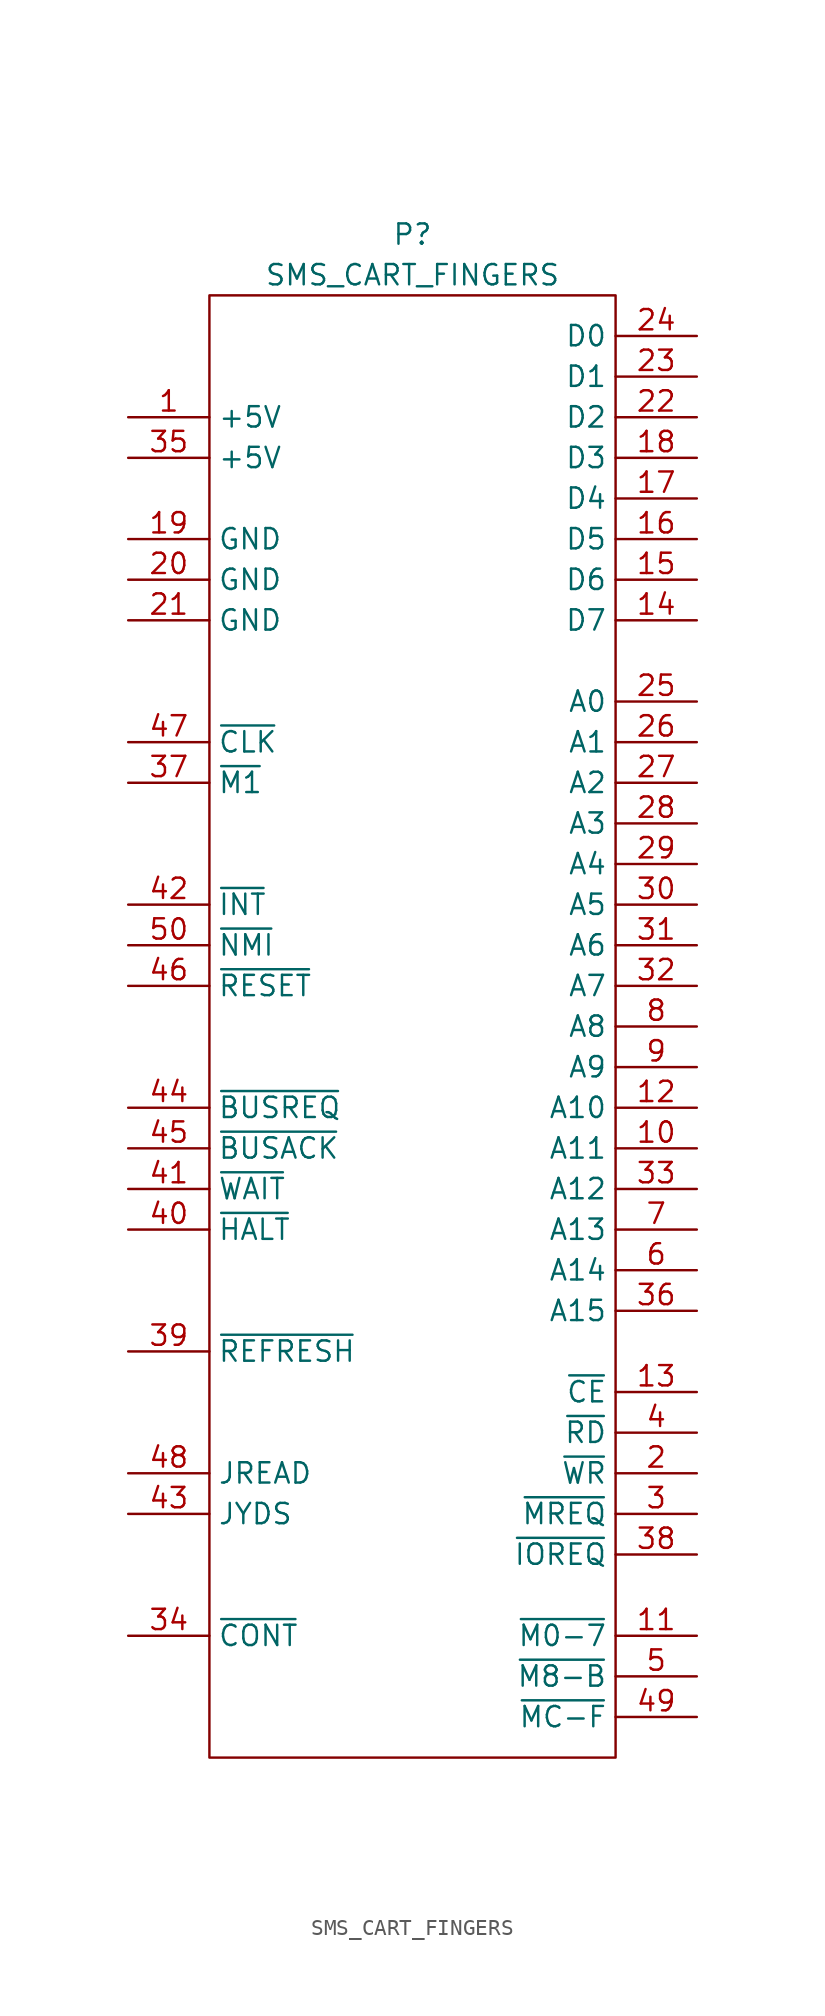
<source format=kicad_sym>
(kicad_symbol_lib
  (version 20241209)
  (generator "kicad_symbol_editor")
  (generator_version "9.0")
  (symbol "SMS_CART_FINGERS"
    (property "Reference" "P"
      (at 0 49.53 0)
      (effects (font (size 1.27 1.27))))
    (property "Value" "SMS_CART_FINGERS"
      (at 0 46.99 0)
      (effects (font (size 1.27 1.27))))
    (symbol "SMS_CART_FINGERS_0_1"
      (rectangle (start -12.7 45.72) (end 12.7 -45.72) (stroke (width 0.152) (type default)) (fill (type none))))
    (symbol "SMS_CART_FINGERS_1_1"
      (pin power_out line (at -17.78 38.1 0) (length 5.08) (name "+5V" (effects (font (size 1.27 1.27)))) (number "1" (effects (font (size 1.27 1.27)))))
      (pin power_out line (at -17.78 35.56 0) (length 5.08) (name "+5V" (effects (font (size 1.27 1.27)))) (number "35" (effects (font (size 1.27 1.27)))))
      (pin power_out line (at -17.78 30.48 0) (length 5.08) (name "GND" (effects (font (size 1.27 1.27)))) (number "19" (effects (font (size 1.27 1.27)))))
      (pin power_out line (at -17.78 27.94 0) (length 5.08) (name "GND" (effects (font (size 1.27 1.27)))) (number "20" (effects (font (size 1.27 1.27)))))
      (pin power_out line (at -17.78 25.4 0) (length 5.08) (name "GND" (effects (font (size 1.27 1.27)))) (number "21" (effects (font (size 1.27 1.27)))))
      (pin output line (at -17.78 17.78 0) (length 5.08) (name "~{CLK}" (effects (font (size 1.27 1.27)))) (number "47" (effects (font (size 1.27 1.27)))))
      (pin output line (at -17.78 15.24 0) (length 5.08) (name "~{M1}" (effects (font (size 1.27 1.27)))) (number "37" (effects (font (size 1.27 1.27)))))
      (pin input line (at -17.78 7.62 0) (length 5.08) (name "~{INT}" (effects (font (size 1.27 1.27)))) (number "42" (effects (font (size 1.27 1.27)))))
      (pin input line (at -17.78 5.08 0) (length 5.08) (name "~{NMI}" (effects (font (size 1.27 1.27)))) (number "50" (effects (font (size 1.27 1.27)))))
      (pin input line (at -17.78 2.54 0) (length 5.08) (name "~{RESET}" (effects (font (size 1.27 1.27)))) (number "46" (effects (font (size 1.27 1.27)))))
      (pin input line (at -17.78 -5.08 0) (length 5.08) (name "~{BUSREQ}" (effects (font (size 1.27 1.27)))) (number "44" (effects (font (size 1.27 1.27)))))
      (pin output line (at -17.78 -7.62 0) (length 5.08) (name "~{BUSACK}" (effects (font (size 1.27 1.27)))) (number "45" (effects (font (size 1.27 1.27)))))
      (pin input line (at -17.78 -10.16 0) (length 5.08) (name "~{WAIT}" (effects (font (size 1.27 1.27)))) (number "41" (effects (font (size 1.27 1.27)))))
      (pin output line (at -17.78 -12.7 0) (length 5.08) (name "~{HALT}" (effects (font (size 1.27 1.27)))) (number "40" (effects (font (size 1.27 1.27)))))
      (pin output line (at -17.78 -20.32 0) (length 5.08) (name "~{REFRESH}" (effects (font (size 1.27 1.27)))) (number "39" (effects (font (size 1.27 1.27)))))
      (pin output line (at -17.78 -27.94 0) (length 5.08) (name "JREAD" (effects (font (size 1.27 1.27)))) (number "48" (effects (font (size 1.27 1.27)))))
      (pin input line (at -17.78 -30.48 0) (length 5.08) (name "JYDS" (effects (font (size 1.27 1.27)))) (number "43" (effects (font (size 1.27 1.27)))))
      (pin input line (at -17.78 -38.1 0) (length 5.08) (name "~{CONT}" (effects (font (size 1.27 1.27)))) (number "34" (effects (font (size 1.27 1.27)))))
      (pin tri_state line (at 17.78 43.18 180) (length 5.08) (name "D0" (effects (font (size 1.27 1.27)))) (number "24" (effects (font (size 1.27 1.27)))))
      (pin tri_state line (at 17.78 40.64 180) (length 5.08) (name "D1" (effects (font (size 1.27 1.27)))) (number "23" (effects (font (size 1.27 1.27)))))
      (pin tri_state line (at 17.78 38.1 180) (length 5.08) (name "D2" (effects (font (size 1.27 1.27)))) (number "22" (effects (font (size 1.27 1.27)))))
      (pin tri_state line (at 17.78 35.56 180) (length 5.08) (name "D3" (effects (font (size 1.27 1.27)))) (number "18" (effects (font (size 1.27 1.27)))))
      (pin tri_state line (at 17.78 33.02 180) (length 5.08) (name "D4" (effects (font (size 1.27 1.27)))) (number "17" (effects (font (size 1.27 1.27)))))
      (pin tri_state line (at 17.78 30.48 180) (length 5.08) (name "D5" (effects (font (size 1.27 1.27)))) (number "16" (effects (font (size 1.27 1.27)))))
      (pin tri_state line (at 17.78 27.94 180) (length 5.08) (name "D6" (effects (font (size 1.27 1.27)))) (number "15" (effects (font (size 1.27 1.27)))))
      (pin tri_state line (at 17.78 25.4 180) (length 5.08) (name "D7" (effects (font (size 1.27 1.27)))) (number "14" (effects (font (size 1.27 1.27)))))
      (pin output line (at 17.78 20.32 180) (length 5.08) (name "A0" (effects (font (size 1.27 1.27)))) (number "25" (effects (font (size 1.27 1.27)))))
      (pin output line (at 17.78 17.78 180) (length 5.08) (name "A1" (effects (font (size 1.27 1.27)))) (number "26" (effects (font (size 1.27 1.27)))))
      (pin output line (at 17.78 15.24 180) (length 5.08) (name "A2" (effects (font (size 1.27 1.27)))) (number "27" (effects (font (size 1.27 1.27)))))
      (pin output line (at 17.78 12.7 180) (length 5.08) (name "A3" (effects (font (size 1.27 1.27)))) (number "28" (effects (font (size 1.27 1.27)))))
      (pin output line (at 17.78 10.16 180) (length 5.08) (name "A4" (effects (font (size 1.27 1.27)))) (number "29" (effects (font (size 1.27 1.27)))))
      (pin output line (at 17.78 7.62 180) (length 5.08) (name "A5" (effects (font (size 1.27 1.27)))) (number "30" (effects (font (size 1.27 1.27)))))
      (pin output line (at 17.78 5.08 180) (length 5.08) (name "A6" (effects (font (size 1.27 1.27)))) (number "31" (effects (font (size 1.27 1.27)))))
      (pin output line (at 17.78 2.54 180) (length 5.08) (name "A7" (effects (font (size 1.27 1.27)))) (number "32" (effects (font (size 1.27 1.27)))))
      (pin output line (at 17.78 0 180) (length 5.08) (name "A8" (effects (font (size 1.27 1.27)))) (number "8" (effects (font (size 1.27 1.27)))))
      (pin output line (at 17.78 -2.54 180) (length 5.08) (name "A9" (effects (font (size 1.27 1.27)))) (number "9" (effects (font (size 1.27 1.27)))))
      (pin output line (at 17.78 -5.08 180) (length 5.08) (name "A10" (effects (font (size 1.27 1.27)))) (number "12" (effects (font (size 1.27 1.27)))))
      (pin output line (at 17.78 -7.62 180) (length 5.08) (name "A11" (effects (font (size 1.27 1.27)))) (number "10" (effects (font (size 1.27 1.27)))))
      (pin output line (at 17.78 -10.16 180) (length 5.08) (name "A12" (effects (font (size 1.27 1.27)))) (number "33" (effects (font (size 1.27 1.27)))))
      (pin output line (at 17.78 -12.7 180) (length 5.08) (name "A13" (effects (font (size 1.27 1.27)))) (number "7" (effects (font (size 1.27 1.27)))))
      (pin output line (at 17.78 -15.24 180) (length 5.08) (name "A14" (effects (font (size 1.27 1.27)))) (number "6" (effects (font (size 1.27 1.27)))))
      (pin output line (at 17.78 -17.78 180) (length 5.08) (name "A15" (effects (font (size 1.27 1.27)))) (number "36" (effects (font (size 1.27 1.27)))))
      (pin output line (at 17.78 -22.86 180) (length 5.08) (name "~{CE}" (effects (font (size 1.27 1.27)))) (number "13" (effects (font (size 1.27 1.27)))))
      (pin output line (at 17.78 -25.4 180) (length 5.08) (name "~{RD}" (effects (font (size 1.27 1.27)))) (number "4" (effects (font (size 1.27 1.27)))))
      (pin output line (at 17.78 -27.94 180) (length 5.08) (name "~{WR}" (effects (font (size 1.27 1.27)))) (number "2" (effects (font (size 1.27 1.27)))))
      (pin output line (at 17.78 -30.48 180) (length 5.08) (name "~{MREQ}" (effects (font (size 1.27 1.27)))) (number "3" (effects (font (size 1.27 1.27)))))
      (pin output line (at 17.78 -33.02 180) (length 5.08) (name "~{IOREQ}" (effects (font (size 1.27 1.27)))) (number "38" (effects (font (size 1.27 1.27)))))
      (pin output line (at 17.78 -38.1 180) (length 5.08) (name "~{M0-7}" (effects (font (size 1.27 1.27)))) (number "11" (effects (font (size 1.27 1.27)))))
      (pin output line (at 17.78 -40.64 180) (length 5.08) (name "~{M8-B}" (effects (font (size 1.27 1.27)))) (number "5" (effects (font (size 1.27 1.27)))))
      (pin output line (at 17.78 -43.18 180) (length 5.08) (name "~{MC-F}" (effects (font (size 1.27 1.27)))) (number "49" (effects (font (size 1.27 1.27))))))))
</source>
